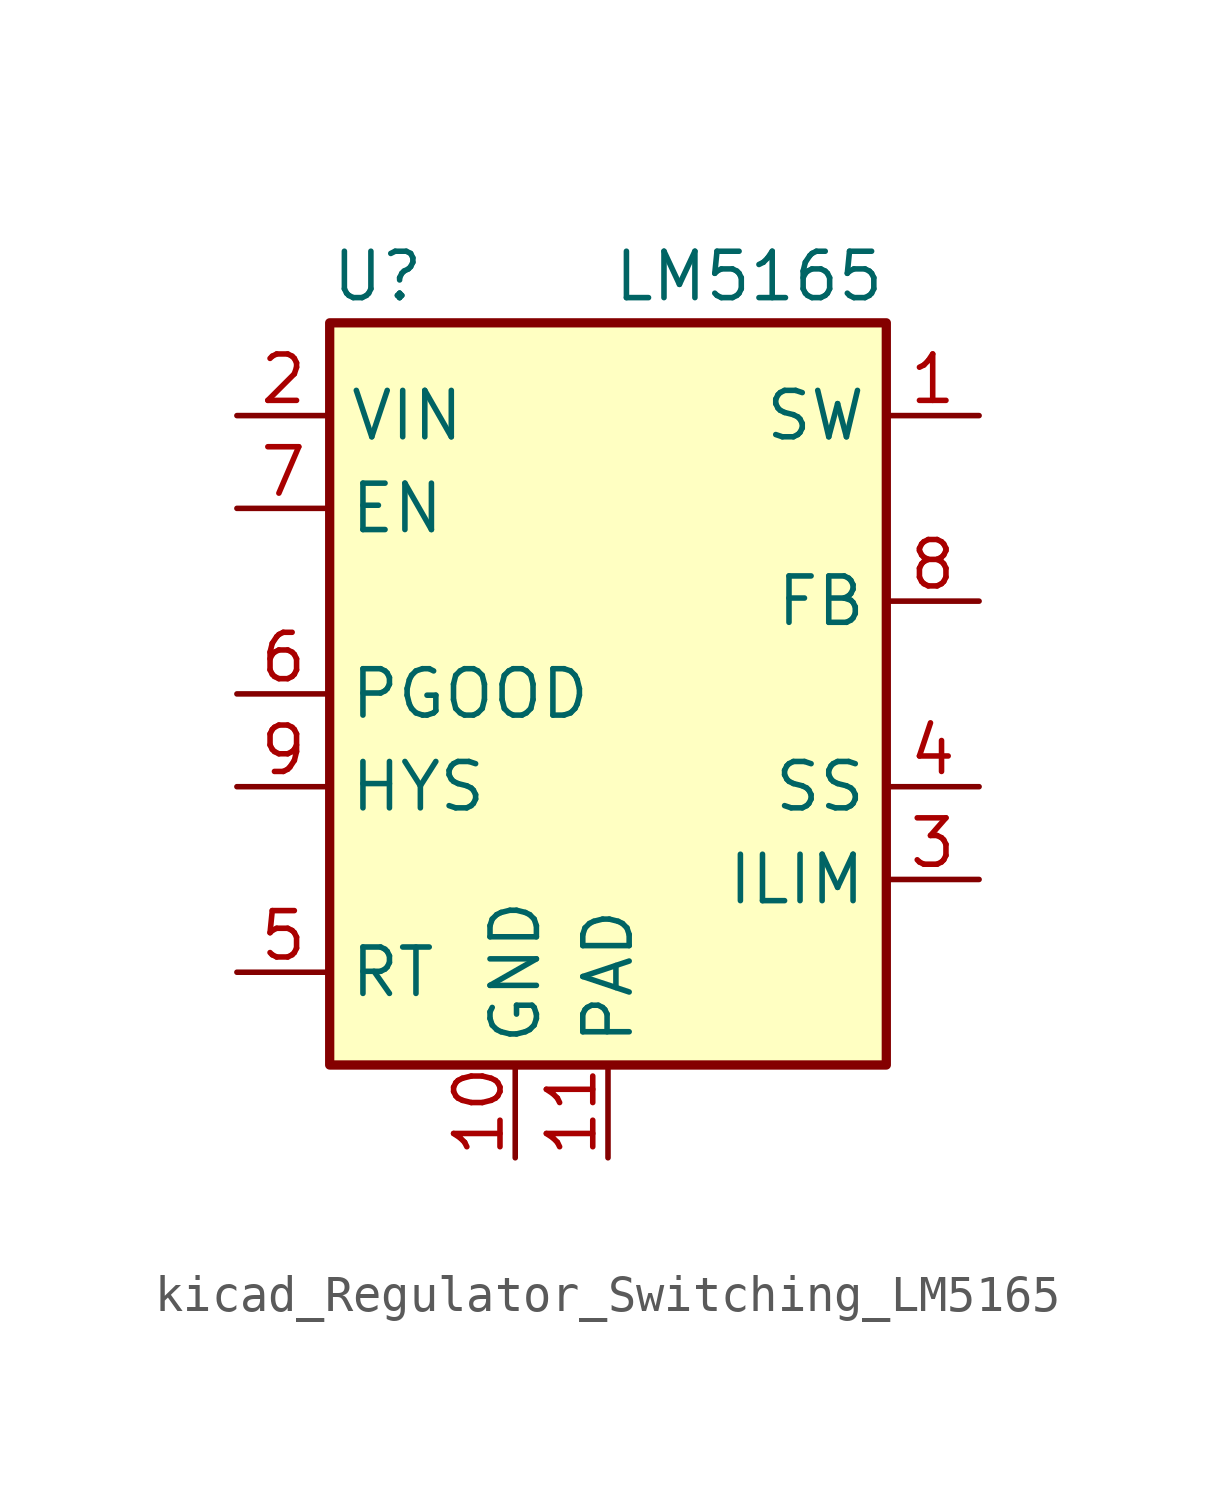
<source format=kicad_sym>
(kicad_symbol_lib
  (version 20220914)
  (generator kicad_symbol_editor)
  (symbol "kicad_Regulator_Switching_LM5165"
    (property "Reference" "U"
      (at -7.62 11.43 0)
      (effects (font (size 1.27 1.27)) (justify left)))
    (property "Value" "LM5165"
      (at 7.62 11.43 0)
      (effects (font (size 1.27 1.27)) (justify right)))
    (symbol "kicad_Regulator_Switching_LM5165_0_1"
      (rectangle (start -7.62 10.16) (end 7.62 -10.16) (stroke (width 0.254) (type default)) (fill (type background))))
    (symbol "kicad_Regulator_Switching_LM5165_1_1"
      (pin power_out line (at 10.16 7.62 180) (length 2.54) (name "SW" (effects (font (size 1.27 1.27)))) (number "1" (effects (font (size 1.27 1.27)))))
      (pin power_in line (at -2.54 -12.7 90) (length 2.54) (name "GND" (effects (font (size 1.27 1.27)))) (number "10" (effects (font (size 1.27 1.27)))))
      (pin power_in line (at 0 -12.7 90) (length 2.54) (name "PAD" (effects (font (size 1.27 1.27)))) (number "11" (effects (font (size 1.27 1.27)))))
      (pin power_in line (at -10.16 7.62 0) (length 2.54) (name "VIN" (effects (font (size 1.27 1.27)))) (number "2" (effects (font (size 1.27 1.27)))))
      (pin input line (at 10.16 -5.08 180) (length 2.54) (name "ILIM" (effects (font (size 1.27 1.27)))) (number "3" (effects (font (size 1.27 1.27)))))
      (pin input line (at 10.16 -2.54 180) (length 2.54) (name "SS" (effects (font (size 1.27 1.27)))) (number "4" (effects (font (size 1.27 1.27)))))
      (pin input line (at -10.16 -7.62 0) (length 2.54) (name "RT" (effects (font (size 1.27 1.27)))) (number "5" (effects (font (size 1.27 1.27)))))
      (pin output line (at -10.16 0 0) (length 2.54) (name "PGOOD" (effects (font (size 1.27 1.27)))) (number "6" (effects (font (size 1.27 1.27)))))
      (pin input line (at -10.16 5.08 0) (length 2.54) (name "EN" (effects (font (size 1.27 1.27)))) (number "7" (effects (font (size 1.27 1.27)))))
      (pin input line (at 10.16 2.54 180) (length 2.54) (name "FB" (effects (font (size 1.27 1.27)))) (number "8" (effects (font (size 1.27 1.27)))))
      (pin output line (at -10.16 -2.54 0) (length 2.54) (name "HYS" (effects (font (size 1.27 1.27)))) (number "9" (effects (font (size 1.27 1.27))))))))
</source>
